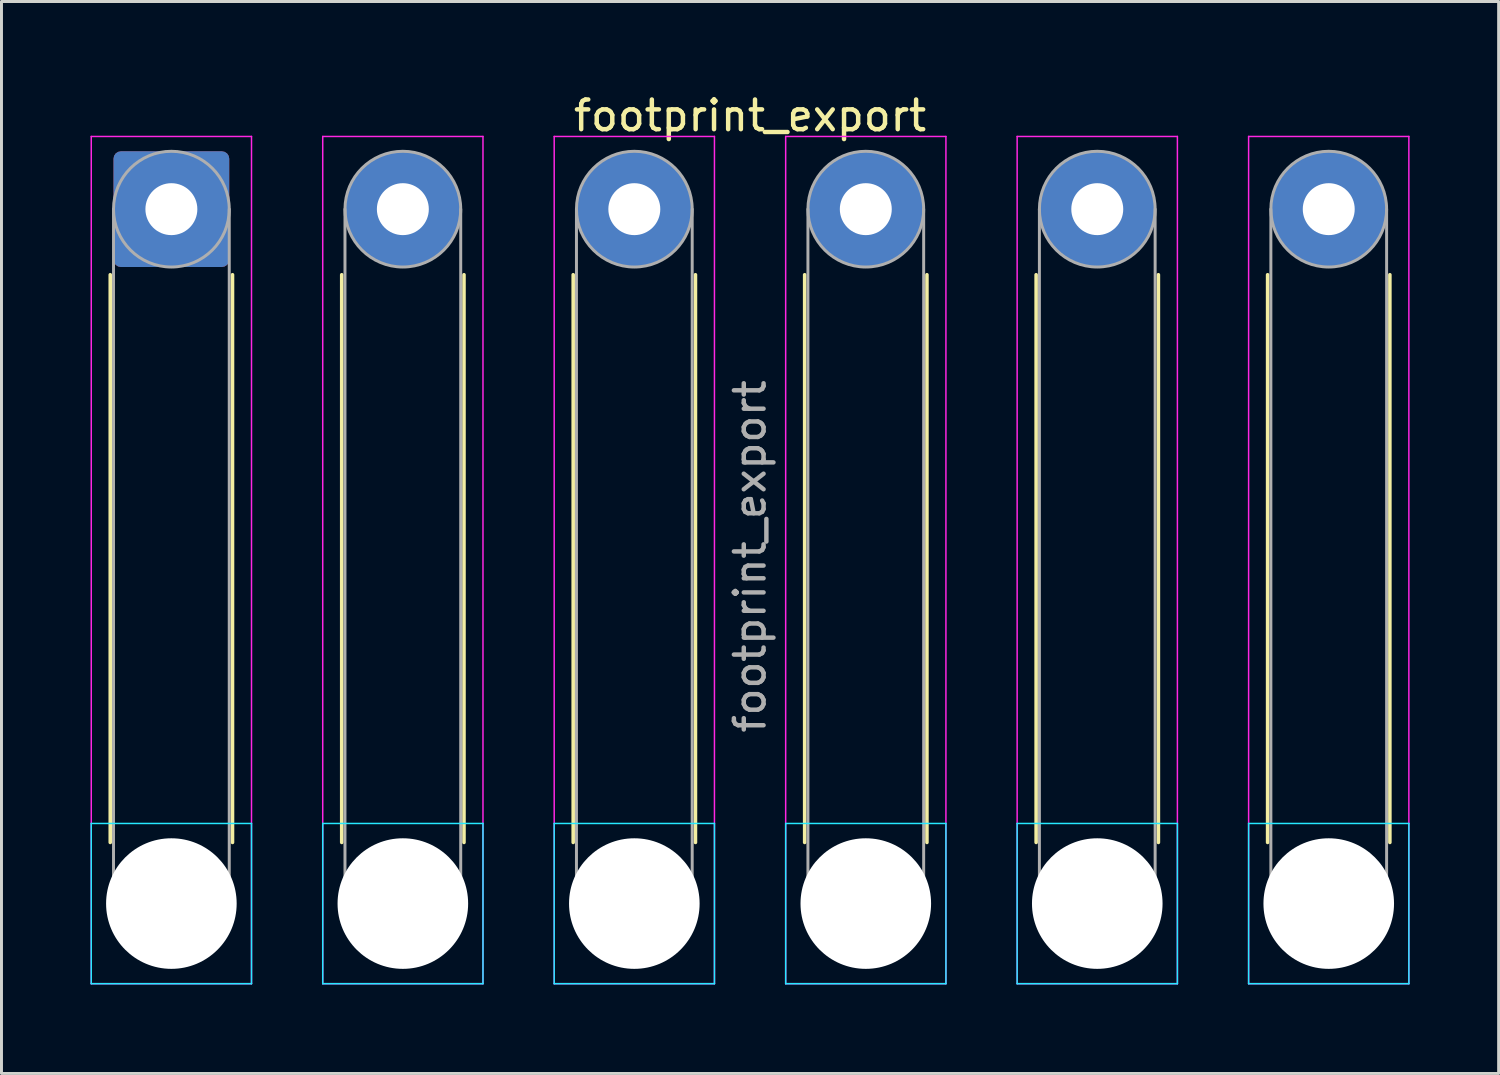
<source format=kicad_pcb>
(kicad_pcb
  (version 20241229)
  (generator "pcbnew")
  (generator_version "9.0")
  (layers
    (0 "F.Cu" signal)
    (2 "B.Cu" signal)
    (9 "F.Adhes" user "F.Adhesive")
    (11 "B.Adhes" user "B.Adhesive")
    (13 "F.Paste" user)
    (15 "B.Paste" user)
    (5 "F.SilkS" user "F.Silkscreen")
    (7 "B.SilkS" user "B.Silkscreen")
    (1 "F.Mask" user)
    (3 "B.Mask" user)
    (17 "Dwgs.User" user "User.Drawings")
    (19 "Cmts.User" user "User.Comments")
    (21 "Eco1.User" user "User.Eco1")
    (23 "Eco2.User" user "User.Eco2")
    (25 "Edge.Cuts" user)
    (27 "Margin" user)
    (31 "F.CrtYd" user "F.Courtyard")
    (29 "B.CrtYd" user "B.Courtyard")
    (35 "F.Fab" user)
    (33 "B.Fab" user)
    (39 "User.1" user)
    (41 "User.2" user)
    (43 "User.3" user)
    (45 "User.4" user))
  (footprint "footprint_export"
    (layer "F.Cu")
    (at 2.725 3.998)
    (property "Reference" "footprint_export" (at 19.5 -3.15 0) (layer "F.SilkS") (effects (font (size 1 1) (thickness 0.15))))
    (attr exclude_from_pos_files exclude_from_bom)
    (fp_line (start -2.06 2.21) (end -2.06 21.34) (stroke (width 0.12) (type solid)) (layer "F.SilkS"))
    (fp_line (start 2.06 2.21) (end 2.06 21.34) (stroke (width 0.12) (type solid)) (layer "F.SilkS"))
    (fp_line (start 5.74 2.21) (end 5.74 21.34) (stroke (width 0.12) (type solid)) (layer "F.SilkS"))
    (fp_line (start 9.86 2.21) (end 9.86 21.34) (stroke (width 0.12) (type solid)) (layer "F.SilkS"))
    (fp_line (start 13.54 2.21) (end 13.54 21.34) (stroke (width 0.12) (type solid)) (layer "F.SilkS"))
    (fp_line (start 17.66 2.21) (end 17.66 21.34) (stroke (width 0.12) (type solid)) (layer "F.SilkS"))
    (fp_line (start 21.34 2.21) (end 21.34 21.34) (stroke (width 0.12) (type solid)) (layer "F.SilkS"))
    (fp_line (start 25.46 2.21) (end 25.46 21.34) (stroke (width 0.12) (type solid)) (layer "F.SilkS"))
    (fp_line (start 29.14 2.21) (end 29.14 21.34) (stroke (width 0.12) (type solid)) (layer "F.SilkS"))
    (fp_line (start 33.26 2.21) (end 33.26 21.34) (stroke (width 0.12) (type solid)) (layer "F.SilkS"))
    (fp_line (start 36.94 2.21) (end 36.94 21.34) (stroke (width 0.12) (type solid)) (layer "F.SilkS"))
    (fp_line (start 41.06 2.21) (end 41.06 21.34) (stroke (width 0.12) (type solid)) (layer "F.SilkS"))
    (fp_line (start -2.7 20.7) (end -2.7 26.1) (stroke (width 0.05) (type solid)) (layer "B.CrtYd"))
    (fp_line (start -2.7 26.1) (end 2.7 26.1) (stroke (width 0.05) (type solid)) (layer "B.CrtYd"))
    (fp_line (start 2.7 20.7) (end -2.7 20.7) (stroke (width 0.05) (type solid)) (layer "B.CrtYd"))
    (fp_line (start 2.7 26.1) (end 2.7 20.7) (stroke (width 0.05) (type solid)) (layer "B.CrtYd"))
    (fp_line (start 5.1 20.7) (end 5.1 26.1) (stroke (width 0.05) (type solid)) (layer "B.CrtYd"))
    (fp_line (start 5.1 26.1) (end 10.5 26.1) (stroke (width 0.05) (type solid)) (layer "B.CrtYd"))
    (fp_line (start 10.5 20.7) (end 5.1 20.7) (stroke (width 0.05) (type solid)) (layer "B.CrtYd"))
    (fp_line (start 10.5 26.1) (end 10.5 20.7) (stroke (width 0.05) (type solid)) (layer "B.CrtYd"))
    (fp_line (start 12.9 20.7) (end 12.9 26.1) (stroke (width 0.05) (type solid)) (layer "B.CrtYd"))
    (fp_line (start 12.9 26.1) (end 18.3 26.1) (stroke (width 0.05) (type solid)) (layer "B.CrtYd"))
    (fp_line (start 18.3 20.7) (end 12.9 20.7) (stroke (width 0.05) (type solid)) (layer "B.CrtYd"))
    (fp_line (start 18.3 26.1) (end 18.3 20.7) (stroke (width 0.05) (type solid)) (layer "B.CrtYd"))
    (fp_line (start 20.7 20.7) (end 20.7 26.1) (stroke (width 0.05) (type solid)) (layer "B.CrtYd"))
    (fp_line (start 20.7 26.1) (end 26.1 26.1) (stroke (width 0.05) (type solid)) (layer "B.CrtYd"))
    (fp_line (start 26.1 20.7) (end 20.7 20.7) (stroke (width 0.05) (type solid)) (layer "B.CrtYd"))
    (fp_line (start 26.1 26.1) (end 26.1 20.7) (stroke (width 0.05) (type solid)) (layer "B.CrtYd"))
    (fp_line (start 28.5 20.7) (end 28.5 26.1) (stroke (width 0.05) (type solid)) (layer "B.CrtYd"))
    (fp_line (start 28.5 26.1) (end 33.9 26.1) (stroke (width 0.05) (type solid)) (layer "B.CrtYd"))
    (fp_line (start 33.9 20.7) (end 28.5 20.7) (stroke (width 0.05) (type solid)) (layer "B.CrtYd"))
    (fp_line (start 33.9 26.1) (end 33.9 20.7) (stroke (width 0.05) (type solid)) (layer "B.CrtYd"))
    (fp_line (start 36.3 20.7) (end 36.3 26.1) (stroke (width 0.05) (type solid)) (layer "B.CrtYd"))
    (fp_line (start 36.3 26.1) (end 41.7 26.1) (stroke (width 0.05) (type solid)) (layer "B.CrtYd"))
    (fp_line (start 41.7 20.7) (end 36.3 20.7) (stroke (width 0.05) (type solid)) (layer "B.CrtYd"))
    (fp_line (start 41.7 26.1) (end 41.7 20.7) (stroke (width 0.05) (type solid)) (layer "B.CrtYd"))
    (fp_line (start -2.7 -2.45) (end -2.7 26.1) (stroke (width 0.05) (type solid)) (layer "F.CrtYd"))
    (fp_line (start -2.7 26.1) (end 2.7 26.1) (stroke (width 0.05) (type solid)) (layer "F.CrtYd"))
    (fp_line (start 2.7 -2.45) (end -2.7 -2.45) (stroke (width 0.05) (type solid)) (layer "F.CrtYd"))
    (fp_line (start 2.7 26.1) (end 2.7 -2.45) (stroke (width 0.05) (type solid)) (layer "F.CrtYd"))
    (fp_line (start 5.1 -2.45) (end 5.1 26.1) (stroke (width 0.05) (type solid)) (layer "F.CrtYd"))
    (fp_line (start 5.1 26.1) (end 10.5 26.1) (stroke (width 0.05) (type solid)) (layer "F.CrtYd"))
    (fp_line (start 10.5 -2.45) (end 5.1 -2.45) (stroke (width 0.05) (type solid)) (layer "F.CrtYd"))
    (fp_line (start 10.5 26.1) (end 10.5 -2.45) (stroke (width 0.05) (type solid)) (layer "F.CrtYd"))
    (fp_line (start 12.9 -2.45) (end 12.9 26.1) (stroke (width 0.05) (type solid)) (layer "F.CrtYd"))
    (fp_line (start 12.9 26.1) (end 18.3 26.1) (stroke (width 0.05) (type solid)) (layer "F.CrtYd"))
    (fp_line (start 18.3 -2.45) (end 12.9 -2.45) (stroke (width 0.05) (type solid)) (layer "F.CrtYd"))
    (fp_line (start 18.3 26.1) (end 18.3 -2.45) (stroke (width 0.05) (type solid)) (layer "F.CrtYd"))
    (fp_line (start 20.7 -2.45) (end 20.7 26.1) (stroke (width 0.05) (type solid)) (layer "F.CrtYd"))
    (fp_line (start 20.7 26.1) (end 26.1 26.1) (stroke (width 0.05) (type solid)) (layer "F.CrtYd"))
    (fp_line (start 26.1 -2.45) (end 20.7 -2.45) (stroke (width 0.05) (type solid)) (layer "F.CrtYd"))
    (fp_line (start 26.1 26.1) (end 26.1 -2.45) (stroke (width 0.05) (type solid)) (layer "F.CrtYd"))
    (fp_line (start 28.5 -2.45) (end 28.5 26.1) (stroke (width 0.05) (type solid)) (layer "F.CrtYd"))
    (fp_line (start 28.5 26.1) (end 33.9 26.1) (stroke (width 0.05) (type solid)) (layer "F.CrtYd"))
    (fp_line (start 33.9 -2.45) (end 28.5 -2.45) (stroke (width 0.05) (type solid)) (layer "F.CrtYd"))
    (fp_line (start 33.9 26.1) (end 33.9 -2.45) (stroke (width 0.05) (type solid)) (layer "F.CrtYd"))
    (fp_line (start 36.3 -2.45) (end 36.3 26.1) (stroke (width 0.05) (type solid)) (layer "F.CrtYd"))
    (fp_line (start 36.3 26.1) (end 41.7 26.1) (stroke (width 0.05) (type solid)) (layer "F.CrtYd"))
    (fp_line (start 41.7 -2.45) (end 36.3 -2.45) (stroke (width 0.05) (type solid)) (layer "F.CrtYd"))
    (fp_line (start 41.7 26.1) (end 41.7 -2.45) (stroke (width 0.05) (type solid)) (layer "F.CrtYd"))
    (fp_line (start -1.95 0) (end -1.95 23.4) (stroke (width 0.1) (type solid)) (layer "F.Fab"))
    (fp_line (start 1.95 0) (end 1.95 23.4) (stroke (width 0.1) (type solid)) (layer "F.Fab"))
    (fp_line (start 5.85 0) (end 5.85 23.4) (stroke (width 0.1) (type solid)) (layer "F.Fab"))
    (fp_line (start 9.75 0) (end 9.75 23.4) (stroke (width 0.1) (type solid)) (layer "F.Fab"))
    (fp_line (start 13.65 0) (end 13.65 23.4) (stroke (width 0.1) (type solid)) (layer "F.Fab"))
    (fp_line (start 17.55 0) (end 17.55 23.4) (stroke (width 0.1) (type solid)) (layer "F.Fab"))
    (fp_line (start 21.45 0) (end 21.45 23.4) (stroke (width 0.1) (type solid)) (layer "F.Fab"))
    (fp_line (start 25.35 0) (end 25.35 23.4) (stroke (width 0.1) (type solid)) (layer "F.Fab"))
    (fp_line (start 29.25 0) (end 29.25 23.4) (stroke (width 0.1) (type solid)) (layer "F.Fab"))
    (fp_line (start 33.15 0) (end 33.15 23.4) (stroke (width 0.1) (type solid)) (layer "F.Fab"))
    (fp_line (start 37.05 0) (end 37.05 23.4) (stroke (width 0.1) (type solid)) (layer "F.Fab"))
    (fp_line (start 40.95 0) (end 40.95 23.4) (stroke (width 0.1) (type solid)) (layer "F.Fab"))
    (fp_circle (center 0 0) (end 1.95 0) (stroke (width 0.1) (type solid)) (fill no) (layer "F.Fab"))
    (fp_circle (center 0 23.4) (end 1.95 23.4) (stroke (width 0.1) (type solid)) (fill no) (layer "F.Fab"))
    (fp_circle (center 7.8 0) (end 9.75 0) (stroke (width 0.1) (type solid)) (fill no) (layer "F.Fab"))
    (fp_circle (center 7.8 23.4) (end 9.75 23.4) (stroke (width 0.1) (type solid)) (fill no) (layer "F.Fab"))
    (fp_circle (center 15.6 0) (end 17.55 0) (stroke (width 0.1) (type solid)) (fill no) (layer "F.Fab"))
    (fp_circle (center 15.6 23.4) (end 17.55 23.4) (stroke (width 0.1) (type solid)) (fill no) (layer "F.Fab"))
    (fp_circle (center 23.4 0) (end 25.35 0) (stroke (width 0.1) (type solid)) (fill no) (layer "F.Fab"))
    (fp_circle (center 23.4 23.4) (end 25.35 23.4) (stroke (width 0.1) (type solid)) (fill no) (layer "F.Fab"))
    (fp_circle (center 31.2 0) (end 33.15 0) (stroke (width 0.1) (type solid)) (fill no) (layer "F.Fab"))
    (fp_circle (center 31.2 23.4) (end 33.15 23.4) (stroke (width 0.1) (type solid)) (fill no) (layer "F.Fab"))
    (fp_circle (center 39 0) (end 40.95 0) (stroke (width 0.1) (type solid)) (fill no) (layer "F.Fab"))
    (fp_circle (center 39 23.4) (end 40.95 23.4) (stroke (width 0.1) (type solid)) (fill no) (layer "F.Fab"))
    (fp_text user "${REFERENCE}" (at 19.5 11.7 90) (layer "F.Fab") (effects (font (size 1 1) (thickness 0.15))))
    (pad "" np_thru_hole circle (at 0 23.4) (size 4.4 4.4) (drill 4.4) (layers "*.Cu" "*.Mask"))
    (pad "" np_thru_hole circle (at 7.8 23.4) (size 4.4 4.4) (drill 4.4) (layers "*.Cu" "*.Mask"))
    (pad "" np_thru_hole circle (at 15.6 23.4) (size 4.4 4.4) (drill 4.4) (layers "*.Cu" "*.Mask"))
    (pad "" np_thru_hole circle (at 23.4 23.4) (size 4.4 4.4) (drill 4.4) (layers "*.Cu" "*.Mask"))
    (pad "" np_thru_hole circle (at 31.2 23.4) (size 4.4 4.4) (drill 4.4) (layers "*.Cu" "*.Mask"))
    (pad "" np_thru_hole circle (at 39 23.4) (size 4.4 4.4) (drill 4.4) (layers "*.Cu" "*.Mask"))
    (pad "1" thru_hole roundrect (at 0 0) (size 3.9 3.9) (drill 1.75) (layers "*.Cu" "*.Mask") (roundrect_rratio 0.064))
    (pad "2" thru_hole circle (at 7.8 0) (size 3.9 3.9) (drill 1.75) (layers "*.Cu" "*.Mask"))
    (pad "3" thru_hole circle (at 15.6 0) (size 3.9 3.9) (drill 1.75) (layers "*.Cu" "*.Mask"))
    (pad "4" thru_hole circle (at 23.4 0) (size 3.9 3.9) (drill 1.75) (layers "*.Cu" "*.Mask"))
    (pad "5" thru_hole circle (at 31.2 0) (size 3.9 3.9) (drill 1.75) (layers "*.Cu" "*.Mask"))
    (pad "6" thru_hole circle (at 39 0) (size 3.9 3.9) (drill 1.75) (layers "*.Cu" "*.Mask")))
  (gr_rect
    (start -3 -3)
    (end 47.45 33.123)
    (stroke (width 0.1) (type default))
    (fill no)
    (layer "Edge.Cuts")))
</source>
